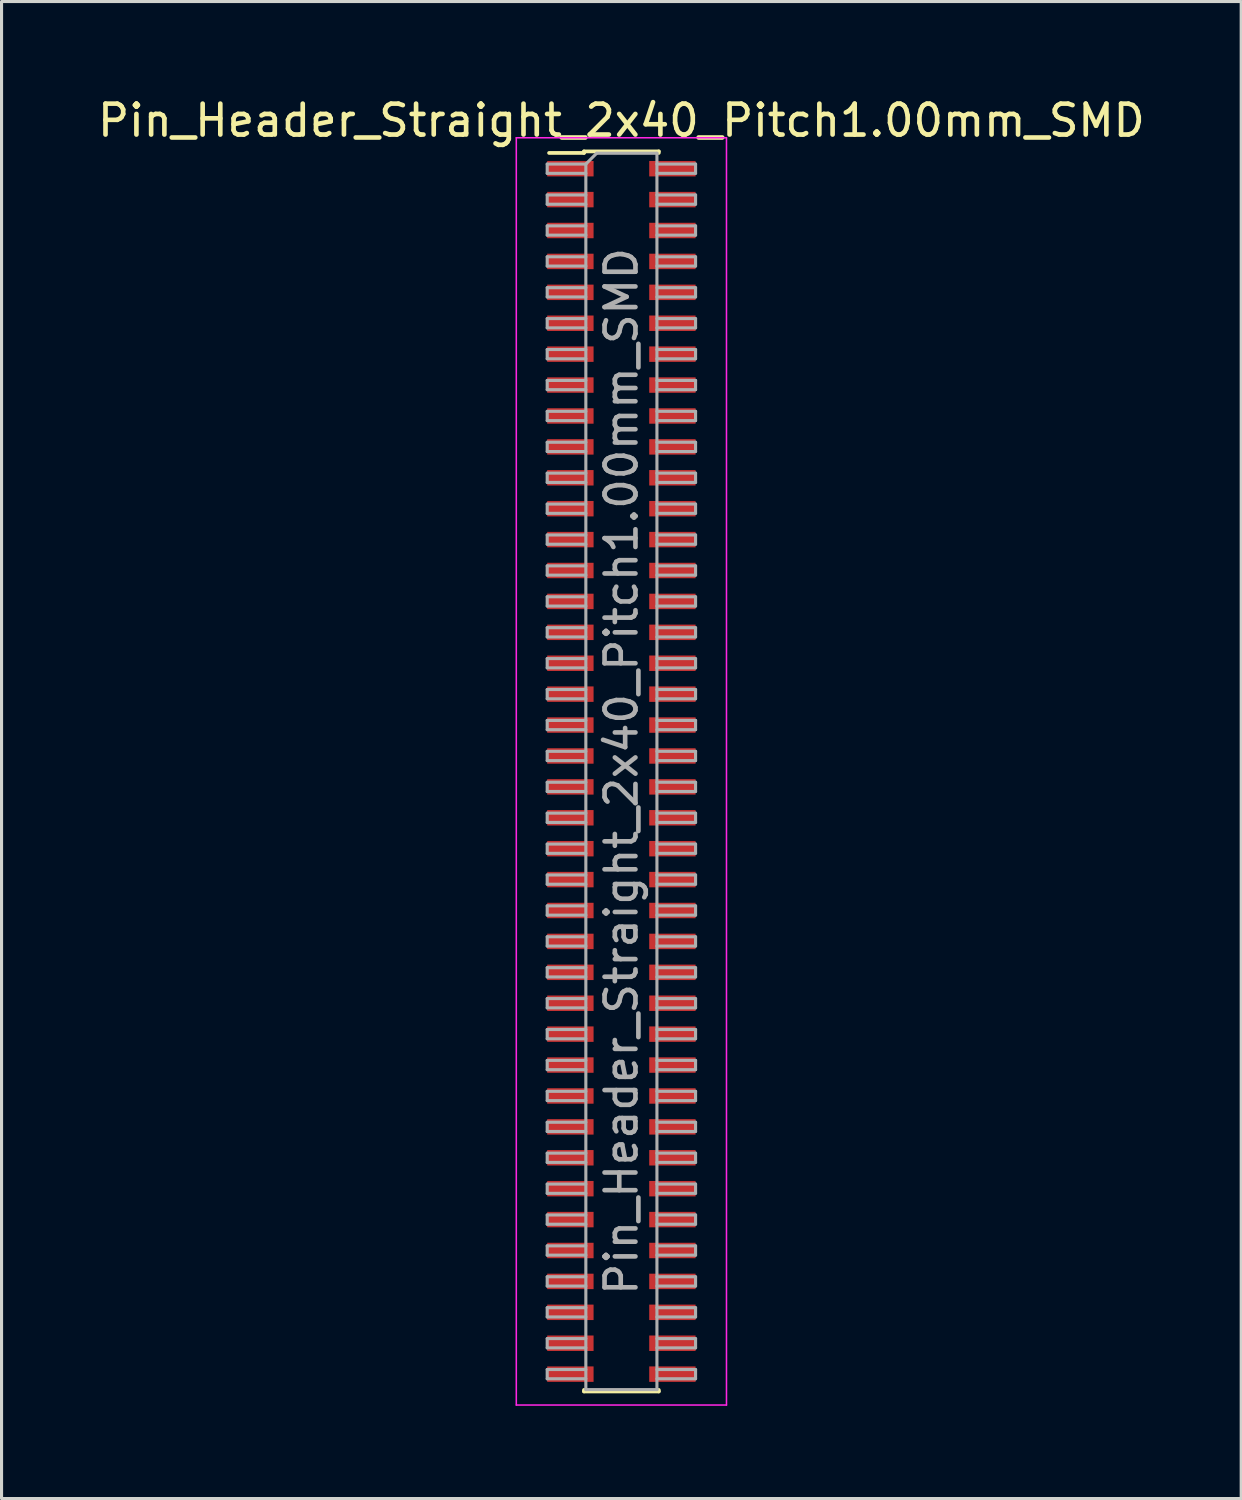
<source format=kicad_pcb>
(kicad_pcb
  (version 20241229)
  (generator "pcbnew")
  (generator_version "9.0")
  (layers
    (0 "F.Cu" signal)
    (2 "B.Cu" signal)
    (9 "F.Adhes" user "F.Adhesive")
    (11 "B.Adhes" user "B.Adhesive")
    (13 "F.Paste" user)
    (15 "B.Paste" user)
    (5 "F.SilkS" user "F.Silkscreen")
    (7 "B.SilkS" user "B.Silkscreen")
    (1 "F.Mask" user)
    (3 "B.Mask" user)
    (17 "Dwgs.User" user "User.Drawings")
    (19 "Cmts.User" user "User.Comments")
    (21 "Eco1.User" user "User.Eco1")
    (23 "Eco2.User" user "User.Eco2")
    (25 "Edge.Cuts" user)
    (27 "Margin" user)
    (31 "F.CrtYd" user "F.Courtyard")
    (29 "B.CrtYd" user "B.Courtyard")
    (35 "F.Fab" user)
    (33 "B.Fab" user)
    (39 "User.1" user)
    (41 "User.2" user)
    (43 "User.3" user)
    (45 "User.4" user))
  (footprint "Pin_Header_Straight_2x40_Pitch1.00mm_SMD"
    (layer "F.Cu")
    (at 17.054 21.908)
    (property "Reference" "Pin_Header_Straight_2x40_Pitch1.00mm_SMD" (at 0 -21.06 0) (layer "F.SilkS") (effects (font (size 1 1) (thickness 0.15))))
    (attr smd)
    (fp_line (start -2.34 -20.01) (end -1.21 -20.01) (stroke (width 0.12) (type solid)) (layer "F.SilkS"))
    (fp_line (start -1.21 -20.06) (end -1.21 -20.01) (stroke (width 0.12) (type solid)) (layer "F.SilkS"))
    (fp_line (start -1.21 -20.06) (end 1.21 -20.06) (stroke (width 0.12) (type solid)) (layer "F.SilkS"))
    (fp_line (start -1.21 20.01) (end -1.21 20.06) (stroke (width 0.12) (type solid)) (layer "F.SilkS"))
    (fp_line (start -1.21 20.06) (end 1.21 20.06) (stroke (width 0.12) (type solid)) (layer "F.SilkS"))
    (fp_line (start 1.21 -20.06) (end 1.21 -20.01) (stroke (width 0.12) (type solid)) (layer "F.SilkS"))
    (fp_line (start 1.21 20.01) (end 1.21 20.06) (stroke (width 0.12) (type solid)) (layer "F.SilkS"))
    (fp_line (start -3.4 -20.5) (end -3.4 20.5) (stroke (width 0.05) (type solid)) (layer "F.CrtYd"))
    (fp_line (start -3.4 20.5) (end 3.4 20.5) (stroke (width 0.05) (type solid)) (layer "F.CrtYd"))
    (fp_line (start 3.4 -20.5) (end -3.4 -20.5) (stroke (width 0.05) (type solid)) (layer "F.CrtYd"))
    (fp_line (start 3.4 20.5) (end 3.4 -20.5) (stroke (width 0.05) (type solid)) (layer "F.CrtYd"))
    (fp_line (start -2.4 -19.65) (end -2.4 -19.35) (stroke (width 0.1) (type solid)) (layer "F.Fab"))
    (fp_line (start -2.4 -19.35) (end -1.15 -19.35) (stroke (width 0.1) (type solid)) (layer "F.Fab"))
    (fp_line (start -2.4 -18.65) (end -2.4 -18.35) (stroke (width 0.1) (type solid)) (layer "F.Fab"))
    (fp_line (start -2.4 -18.35) (end -1.15 -18.35) (stroke (width 0.1) (type solid)) (layer "F.Fab"))
    (fp_line (start -2.4 -17.65) (end -2.4 -17.35) (stroke (width 0.1) (type solid)) (layer "F.Fab"))
    (fp_line (start -2.4 -17.35) (end -1.15 -17.35) (stroke (width 0.1) (type solid)) (layer "F.Fab"))
    (fp_line (start -2.4 -16.65) (end -2.4 -16.35) (stroke (width 0.1) (type solid)) (layer "F.Fab"))
    (fp_line (start -2.4 -16.35) (end -1.15 -16.35) (stroke (width 0.1) (type solid)) (layer "F.Fab"))
    (fp_line (start -2.4 -15.65) (end -2.4 -15.35) (stroke (width 0.1) (type solid)) (layer "F.Fab"))
    (fp_line (start -2.4 -15.35) (end -1.15 -15.35) (stroke (width 0.1) (type solid)) (layer "F.Fab"))
    (fp_line (start -2.4 -14.65) (end -2.4 -14.35) (stroke (width 0.1) (type solid)) (layer "F.Fab"))
    (fp_line (start -2.4 -14.35) (end -1.15 -14.35) (stroke (width 0.1) (type solid)) (layer "F.Fab"))
    (fp_line (start -2.4 -13.65) (end -2.4 -13.35) (stroke (width 0.1) (type solid)) (layer "F.Fab"))
    (fp_line (start -2.4 -13.35) (end -1.15 -13.35) (stroke (width 0.1) (type solid)) (layer "F.Fab"))
    (fp_line (start -2.4 -12.65) (end -2.4 -12.35) (stroke (width 0.1) (type solid)) (layer "F.Fab"))
    (fp_line (start -2.4 -12.35) (end -1.15 -12.35) (stroke (width 0.1) (type solid)) (layer "F.Fab"))
    (fp_line (start -2.4 -11.65) (end -2.4 -11.35) (stroke (width 0.1) (type solid)) (layer "F.Fab"))
    (fp_line (start -2.4 -11.35) (end -1.15 -11.35) (stroke (width 0.1) (type solid)) (layer "F.Fab"))
    (fp_line (start -2.4 -10.65) (end -2.4 -10.35) (stroke (width 0.1) (type solid)) (layer "F.Fab"))
    (fp_line (start -2.4 -10.35) (end -1.15 -10.35) (stroke (width 0.1) (type solid)) (layer "F.Fab"))
    (fp_line (start -2.4 -9.65) (end -2.4 -9.35) (stroke (width 0.1) (type solid)) (layer "F.Fab"))
    (fp_line (start -2.4 -9.35) (end -1.15 -9.35) (stroke (width 0.1) (type solid)) (layer "F.Fab"))
    (fp_line (start -2.4 -8.65) (end -2.4 -8.35) (stroke (width 0.1) (type solid)) (layer "F.Fab"))
    (fp_line (start -2.4 -8.35) (end -1.15 -8.35) (stroke (width 0.1) (type solid)) (layer "F.Fab"))
    (fp_line (start -2.4 -7.65) (end -2.4 -7.35) (stroke (width 0.1) (type solid)) (layer "F.Fab"))
    (fp_line (start -2.4 -7.35) (end -1.15 -7.35) (stroke (width 0.1) (type solid)) (layer "F.Fab"))
    (fp_line (start -2.4 -6.65) (end -2.4 -6.35) (stroke (width 0.1) (type solid)) (layer "F.Fab"))
    (fp_line (start -2.4 -6.35) (end -1.15 -6.35) (stroke (width 0.1) (type solid)) (layer "F.Fab"))
    (fp_line (start -2.4 -5.65) (end -2.4 -5.35) (stroke (width 0.1) (type solid)) (layer "F.Fab"))
    (fp_line (start -2.4 -5.35) (end -1.15 -5.35) (stroke (width 0.1) (type solid)) (layer "F.Fab"))
    (fp_line (start -2.4 -4.65) (end -2.4 -4.35) (stroke (width 0.1) (type solid)) (layer "F.Fab"))
    (fp_line (start -2.4 -4.35) (end -1.15 -4.35) (stroke (width 0.1) (type solid)) (layer "F.Fab"))
    (fp_line (start -2.4 -3.65) (end -2.4 -3.35) (stroke (width 0.1) (type solid)) (layer "F.Fab"))
    (fp_line (start -2.4 -3.35) (end -1.15 -3.35) (stroke (width 0.1) (type solid)) (layer "F.Fab"))
    (fp_line (start -2.4 -2.65) (end -2.4 -2.35) (stroke (width 0.1) (type solid)) (layer "F.Fab"))
    (fp_line (start -2.4 -2.35) (end -1.15 -2.35) (stroke (width 0.1) (type solid)) (layer "F.Fab"))
    (fp_line (start -2.4 -1.65) (end -2.4 -1.35) (stroke (width 0.1) (type solid)) (layer "F.Fab"))
    (fp_line (start -2.4 -1.35) (end -1.15 -1.35) (stroke (width 0.1) (type solid)) (layer "F.Fab"))
    (fp_line (start -2.4 -0.65) (end -2.4 -0.35) (stroke (width 0.1) (type solid)) (layer "F.Fab"))
    (fp_line (start -2.4 -0.35) (end -1.15 -0.35) (stroke (width 0.1) (type solid)) (layer "F.Fab"))
    (fp_line (start -2.4 0.35) (end -2.4 0.65) (stroke (width 0.1) (type solid)) (layer "F.Fab"))
    (fp_line (start -2.4 0.65) (end -1.15 0.65) (stroke (width 0.1) (type solid)) (layer "F.Fab"))
    (fp_line (start -2.4 1.35) (end -2.4 1.65) (stroke (width 0.1) (type solid)) (layer "F.Fab"))
    (fp_line (start -2.4 1.65) (end -1.15 1.65) (stroke (width 0.1) (type solid)) (layer "F.Fab"))
    (fp_line (start -2.4 2.35) (end -2.4 2.65) (stroke (width 0.1) (type solid)) (layer "F.Fab"))
    (fp_line (start -2.4 2.65) (end -1.15 2.65) (stroke (width 0.1) (type solid)) (layer "F.Fab"))
    (fp_line (start -2.4 3.35) (end -2.4 3.65) (stroke (width 0.1) (type solid)) (layer "F.Fab"))
    (fp_line (start -2.4 3.65) (end -1.15 3.65) (stroke (width 0.1) (type solid)) (layer "F.Fab"))
    (fp_line (start -2.4 4.35) (end -2.4 4.65) (stroke (width 0.1) (type solid)) (layer "F.Fab"))
    (fp_line (start -2.4 4.65) (end -1.15 4.65) (stroke (width 0.1) (type solid)) (layer "F.Fab"))
    (fp_line (start -2.4 5.35) (end -2.4 5.65) (stroke (width 0.1) (type solid)) (layer "F.Fab"))
    (fp_line (start -2.4 5.65) (end -1.15 5.65) (stroke (width 0.1) (type solid)) (layer "F.Fab"))
    (fp_line (start -2.4 6.35) (end -2.4 6.65) (stroke (width 0.1) (type solid)) (layer "F.Fab"))
    (fp_line (start -2.4 6.65) (end -1.15 6.65) (stroke (width 0.1) (type solid)) (layer "F.Fab"))
    (fp_line (start -2.4 7.35) (end -2.4 7.65) (stroke (width 0.1) (type solid)) (layer "F.Fab"))
    (fp_line (start -2.4 7.65) (end -1.15 7.65) (stroke (width 0.1) (type solid)) (layer "F.Fab"))
    (fp_line (start -2.4 8.35) (end -2.4 8.65) (stroke (width 0.1) (type solid)) (layer "F.Fab"))
    (fp_line (start -2.4 8.65) (end -1.15 8.65) (stroke (width 0.1) (type solid)) (layer "F.Fab"))
    (fp_line (start -2.4 9.35) (end -2.4 9.65) (stroke (width 0.1) (type solid)) (layer "F.Fab"))
    (fp_line (start -2.4 9.65) (end -1.15 9.65) (stroke (width 0.1) (type solid)) (layer "F.Fab"))
    (fp_line (start -2.4 10.35) (end -2.4 10.65) (stroke (width 0.1) (type solid)) (layer "F.Fab"))
    (fp_line (start -2.4 10.65) (end -1.15 10.65) (stroke (width 0.1) (type solid)) (layer "F.Fab"))
    (fp_line (start -2.4 11.35) (end -2.4 11.65) (stroke (width 0.1) (type solid)) (layer "F.Fab"))
    (fp_line (start -2.4 11.65) (end -1.15 11.65) (stroke (width 0.1) (type solid)) (layer "F.Fab"))
    (fp_line (start -2.4 12.35) (end -2.4 12.65) (stroke (width 0.1) (type solid)) (layer "F.Fab"))
    (fp_line (start -2.4 12.65) (end -1.15 12.65) (stroke (width 0.1) (type solid)) (layer "F.Fab"))
    (fp_line (start -2.4 13.35) (end -2.4 13.65) (stroke (width 0.1) (type solid)) (layer "F.Fab"))
    (fp_line (start -2.4 13.65) (end -1.15 13.65) (stroke (width 0.1) (type solid)) (layer "F.Fab"))
    (fp_line (start -2.4 14.35) (end -2.4 14.65) (stroke (width 0.1) (type solid)) (layer "F.Fab"))
    (fp_line (start -2.4 14.65) (end -1.15 14.65) (stroke (width 0.1) (type solid)) (layer "F.Fab"))
    (fp_line (start -2.4 15.35) (end -2.4 15.65) (stroke (width 0.1) (type solid)) (layer "F.Fab"))
    (fp_line (start -2.4 15.65) (end -1.15 15.65) (stroke (width 0.1) (type solid)) (layer "F.Fab"))
    (fp_line (start -2.4 16.35) (end -2.4 16.65) (stroke (width 0.1) (type solid)) (layer "F.Fab"))
    (fp_line (start -2.4 16.65) (end -1.15 16.65) (stroke (width 0.1) (type solid)) (layer "F.Fab"))
    (fp_line (start -2.4 17.35) (end -2.4 17.65) (stroke (width 0.1) (type solid)) (layer "F.Fab"))
    (fp_line (start -2.4 17.65) (end -1.15 17.65) (stroke (width 0.1) (type solid)) (layer "F.Fab"))
    (fp_line (start -2.4 18.35) (end -2.4 18.65) (stroke (width 0.1) (type solid)) (layer "F.Fab"))
    (fp_line (start -2.4 18.65) (end -1.15 18.65) (stroke (width 0.1) (type solid)) (layer "F.Fab"))
    (fp_line (start -2.4 19.35) (end -2.4 19.65) (stroke (width 0.1) (type solid)) (layer "F.Fab"))
    (fp_line (start -2.4 19.65) (end -1.15 19.65) (stroke (width 0.1) (type solid)) (layer "F.Fab"))
    (fp_line (start -1.15 -19.65) (end -2.4 -19.65) (stroke (width 0.1) (type solid)) (layer "F.Fab"))
    (fp_line (start -1.15 -19.65) (end -0.8 -20) (stroke (width 0.1) (type solid)) (layer "F.Fab"))
    (fp_line (start -1.15 -18.65) (end -2.4 -18.65) (stroke (width 0.1) (type solid)) (layer "F.Fab"))
    (fp_line (start -1.15 -17.65) (end -2.4 -17.65) (stroke (width 0.1) (type solid)) (layer "F.Fab"))
    (fp_line (start -1.15 -16.65) (end -2.4 -16.65) (stroke (width 0.1) (type solid)) (layer "F.Fab"))
    (fp_line (start -1.15 -15.65) (end -2.4 -15.65) (stroke (width 0.1) (type solid)) (layer "F.Fab"))
    (fp_line (start -1.15 -14.65) (end -2.4 -14.65) (stroke (width 0.1) (type solid)) (layer "F.Fab"))
    (fp_line (start -1.15 -13.65) (end -2.4 -13.65) (stroke (width 0.1) (type solid)) (layer "F.Fab"))
    (fp_line (start -1.15 -12.65) (end -2.4 -12.65) (stroke (width 0.1) (type solid)) (layer "F.Fab"))
    (fp_line (start -1.15 -11.65) (end -2.4 -11.65) (stroke (width 0.1) (type solid)) (layer "F.Fab"))
    (fp_line (start -1.15 -10.65) (end -2.4 -10.65) (stroke (width 0.1) (type solid)) (layer "F.Fab"))
    (fp_line (start -1.15 -9.65) (end -2.4 -9.65) (stroke (width 0.1) (type solid)) (layer "F.Fab"))
    (fp_line (start -1.15 -8.65) (end -2.4 -8.65) (stroke (width 0.1) (type solid)) (layer "F.Fab"))
    (fp_line (start -1.15 -7.65) (end -2.4 -7.65) (stroke (width 0.1) (type solid)) (layer "F.Fab"))
    (fp_line (start -1.15 -6.65) (end -2.4 -6.65) (stroke (width 0.1) (type solid)) (layer "F.Fab"))
    (fp_line (start -1.15 -5.65) (end -2.4 -5.65) (stroke (width 0.1) (type solid)) (layer "F.Fab"))
    (fp_line (start -1.15 -4.65) (end -2.4 -4.65) (stroke (width 0.1) (type solid)) (layer "F.Fab"))
    (fp_line (start -1.15 -3.65) (end -2.4 -3.65) (stroke (width 0.1) (type solid)) (layer "F.Fab"))
    (fp_line (start -1.15 -2.65) (end -2.4 -2.65) (stroke (width 0.1) (type solid)) (layer "F.Fab"))
    (fp_line (start -1.15 -1.65) (end -2.4 -1.65) (stroke (width 0.1) (type solid)) (layer "F.Fab"))
    (fp_line (start -1.15 -0.65) (end -2.4 -0.65) (stroke (width 0.1) (type solid)) (layer "F.Fab"))
    (fp_line (start -1.15 0.35) (end -2.4 0.35) (stroke (width 0.1) (type solid)) (layer "F.Fab"))
    (fp_line (start -1.15 1.35) (end -2.4 1.35) (stroke (width 0.1) (type solid)) (layer "F.Fab"))
    (fp_line (start -1.15 2.35) (end -2.4 2.35) (stroke (width 0.1) (type solid)) (layer "F.Fab"))
    (fp_line (start -1.15 3.35) (end -2.4 3.35) (stroke (width 0.1) (type solid)) (layer "F.Fab"))
    (fp_line (start -1.15 4.35) (end -2.4 4.35) (stroke (width 0.1) (type solid)) (layer "F.Fab"))
    (fp_line (start -1.15 5.35) (end -2.4 5.35) (stroke (width 0.1) (type solid)) (layer "F.Fab"))
    (fp_line (start -1.15 6.35) (end -2.4 6.35) (stroke (width 0.1) (type solid)) (layer "F.Fab"))
    (fp_line (start -1.15 7.35) (end -2.4 7.35) (stroke (width 0.1) (type solid)) (layer "F.Fab"))
    (fp_line (start -1.15 8.35) (end -2.4 8.35) (stroke (width 0.1) (type solid)) (layer "F.Fab"))
    (fp_line (start -1.15 9.35) (end -2.4 9.35) (stroke (width 0.1) (type solid)) (layer "F.Fab"))
    (fp_line (start -1.15 10.35) (end -2.4 10.35) (stroke (width 0.1) (type solid)) (layer "F.Fab"))
    (fp_line (start -1.15 11.35) (end -2.4 11.35) (stroke (width 0.1) (type solid)) (layer "F.Fab"))
    (fp_line (start -1.15 12.35) (end -2.4 12.35) (stroke (width 0.1) (type solid)) (layer "F.Fab"))
    (fp_line (start -1.15 13.35) (end -2.4 13.35) (stroke (width 0.1) (type solid)) (layer "F.Fab"))
    (fp_line (start -1.15 14.35) (end -2.4 14.35) (stroke (width 0.1) (type solid)) (layer "F.Fab"))
    (fp_line (start -1.15 15.35) (end -2.4 15.35) (stroke (width 0.1) (type solid)) (layer "F.Fab"))
    (fp_line (start -1.15 16.35) (end -2.4 16.35) (stroke (width 0.1) (type solid)) (layer "F.Fab"))
    (fp_line (start -1.15 17.35) (end -2.4 17.35) (stroke (width 0.1) (type solid)) (layer "F.Fab"))
    (fp_line (start -1.15 18.35) (end -2.4 18.35) (stroke (width 0.1) (type solid)) (layer "F.Fab"))
    (fp_line (start -1.15 19.35) (end -2.4 19.35) (stroke (width 0.1) (type solid)) (layer "F.Fab"))
    (fp_line (start -1.15 20) (end -1.15 -19.65) (stroke (width 0.1) (type solid)) (layer "F.Fab"))
    (fp_line (start -0.8 -20) (end 1.15 -20) (stroke (width 0.1) (type solid)) (layer "F.Fab"))
    (fp_line (start 1.15 -20) (end 1.15 20) (stroke (width 0.1) (type solid)) (layer "F.Fab"))
    (fp_line (start 1.15 -19.65) (end 2.4 -19.65) (stroke (width 0.1) (type solid)) (layer "F.Fab"))
    (fp_line (start 1.15 -18.65) (end 2.4 -18.65) (stroke (width 0.1) (type solid)) (layer "F.Fab"))
    (fp_line (start 1.15 -17.65) (end 2.4 -17.65) (stroke (width 0.1) (type solid)) (layer "F.Fab"))
    (fp_line (start 1.15 -16.65) (end 2.4 -16.65) (stroke (width 0.1) (type solid)) (layer "F.Fab"))
    (fp_line (start 1.15 -15.65) (end 2.4 -15.65) (stroke (width 0.1) (type solid)) (layer "F.Fab"))
    (fp_line (start 1.15 -14.65) (end 2.4 -14.65) (stroke (width 0.1) (type solid)) (layer "F.Fab"))
    (fp_line (start 1.15 -13.65) (end 2.4 -13.65) (stroke (width 0.1) (type solid)) (layer "F.Fab"))
    (fp_line (start 1.15 -12.65) (end 2.4 -12.65) (stroke (width 0.1) (type solid)) (layer "F.Fab"))
    (fp_line (start 1.15 -11.65) (end 2.4 -11.65) (stroke (width 0.1) (type solid)) (layer "F.Fab"))
    (fp_line (start 1.15 -10.65) (end 2.4 -10.65) (stroke (width 0.1) (type solid)) (layer "F.Fab"))
    (fp_line (start 1.15 -9.65) (end 2.4 -9.65) (stroke (width 0.1) (type solid)) (layer "F.Fab"))
    (fp_line (start 1.15 -8.65) (end 2.4 -8.65) (stroke (width 0.1) (type solid)) (layer "F.Fab"))
    (fp_line (start 1.15 -7.65) (end 2.4 -7.65) (stroke (width 0.1) (type solid)) (layer "F.Fab"))
    (fp_line (start 1.15 -6.65) (end 2.4 -6.65) (stroke (width 0.1) (type solid)) (layer "F.Fab"))
    (fp_line (start 1.15 -5.65) (end 2.4 -5.65) (stroke (width 0.1) (type solid)) (layer "F.Fab"))
    (fp_line (start 1.15 -4.65) (end 2.4 -4.65) (stroke (width 0.1) (type solid)) (layer "F.Fab"))
    (fp_line (start 1.15 -3.65) (end 2.4 -3.65) (stroke (width 0.1) (type solid)) (layer "F.Fab"))
    (fp_line (start 1.15 -2.65) (end 2.4 -2.65) (stroke (width 0.1) (type solid)) (layer "F.Fab"))
    (fp_line (start 1.15 -1.65) (end 2.4 -1.65) (stroke (width 0.1) (type solid)) (layer "F.Fab"))
    (fp_line (start 1.15 -0.65) (end 2.4 -0.65) (stroke (width 0.1) (type solid)) (layer "F.Fab"))
    (fp_line (start 1.15 0.35) (end 2.4 0.35) (stroke (width 0.1) (type solid)) (layer "F.Fab"))
    (fp_line (start 1.15 1.35) (end 2.4 1.35) (stroke (width 0.1) (type solid)) (layer "F.Fab"))
    (fp_line (start 1.15 2.35) (end 2.4 2.35) (stroke (width 0.1) (type solid)) (layer "F.Fab"))
    (fp_line (start 1.15 3.35) (end 2.4 3.35) (stroke (width 0.1) (type solid)) (layer "F.Fab"))
    (fp_line (start 1.15 4.35) (end 2.4 4.35) (stroke (width 0.1) (type solid)) (layer "F.Fab"))
    (fp_line (start 1.15 5.35) (end 2.4 5.35) (stroke (width 0.1) (type solid)) (layer "F.Fab"))
    (fp_line (start 1.15 6.35) (end 2.4 6.35) (stroke (width 0.1) (type solid)) (layer "F.Fab"))
    (fp_line (start 1.15 7.35) (end 2.4 7.35) (stroke (width 0.1) (type solid)) (layer "F.Fab"))
    (fp_line (start 1.15 8.35) (end 2.4 8.35) (stroke (width 0.1) (type solid)) (layer "F.Fab"))
    (fp_line (start 1.15 9.35) (end 2.4 9.35) (stroke (width 0.1) (type solid)) (layer "F.Fab"))
    (fp_line (start 1.15 10.35) (end 2.4 10.35) (stroke (width 0.1) (type solid)) (layer "F.Fab"))
    (fp_line (start 1.15 11.35) (end 2.4 11.35) (stroke (width 0.1) (type solid)) (layer "F.Fab"))
    (fp_line (start 1.15 12.35) (end 2.4 12.35) (stroke (width 0.1) (type solid)) (layer "F.Fab"))
    (fp_line (start 1.15 13.35) (end 2.4 13.35) (stroke (width 0.1) (type solid)) (layer "F.Fab"))
    (fp_line (start 1.15 14.35) (end 2.4 14.35) (stroke (width 0.1) (type solid)) (layer "F.Fab"))
    (fp_line (start 1.15 15.35) (end 2.4 15.35) (stroke (width 0.1) (type solid)) (layer "F.Fab"))
    (fp_line (start 1.15 16.35) (end 2.4 16.35) (stroke (width 0.1) (type solid)) (layer "F.Fab"))
    (fp_line (start 1.15 17.35) (end 2.4 17.35) (stroke (width 0.1) (type solid)) (layer "F.Fab"))
    (fp_line (start 1.15 18.35) (end 2.4 18.35) (stroke (width 0.1) (type solid)) (layer "F.Fab"))
    (fp_line (start 1.15 19.35) (end 2.4 19.35) (stroke (width 0.1) (type solid)) (layer "F.Fab"))
    (fp_line (start 1.15 20) (end -1.15 20) (stroke (width 0.1) (type solid)) (layer "F.Fab"))
    (fp_line (start 2.4 -19.65) (end 2.4 -19.35) (stroke (width 0.1) (type solid)) (layer "F.Fab"))
    (fp_line (start 2.4 -19.35) (end 1.15 -19.35) (stroke (width 0.1) (type solid)) (layer "F.Fab"))
    (fp_line (start 2.4 -18.65) (end 2.4 -18.35) (stroke (width 0.1) (type solid)) (layer "F.Fab"))
    (fp_line (start 2.4 -18.35) (end 1.15 -18.35) (stroke (width 0.1) (type solid)) (layer "F.Fab"))
    (fp_line (start 2.4 -17.65) (end 2.4 -17.35) (stroke (width 0.1) (type solid)) (layer "F.Fab"))
    (fp_line (start 2.4 -17.35) (end 1.15 -17.35) (stroke (width 0.1) (type solid)) (layer "F.Fab"))
    (fp_line (start 2.4 -16.65) (end 2.4 -16.35) (stroke (width 0.1) (type solid)) (layer "F.Fab"))
    (fp_line (start 2.4 -16.35) (end 1.15 -16.35) (stroke (width 0.1) (type solid)) (layer "F.Fab"))
    (fp_line (start 2.4 -15.65) (end 2.4 -15.35) (stroke (width 0.1) (type solid)) (layer "F.Fab"))
    (fp_line (start 2.4 -15.35) (end 1.15 -15.35) (stroke (width 0.1) (type solid)) (layer "F.Fab"))
    (fp_line (start 2.4 -14.65) (end 2.4 -14.35) (stroke (width 0.1) (type solid)) (layer "F.Fab"))
    (fp_line (start 2.4 -14.35) (end 1.15 -14.35) (stroke (width 0.1) (type solid)) (layer "F.Fab"))
    (fp_line (start 2.4 -13.65) (end 2.4 -13.35) (stroke (width 0.1) (type solid)) (layer "F.Fab"))
    (fp_line (start 2.4 -13.35) (end 1.15 -13.35) (stroke (width 0.1) (type solid)) (layer "F.Fab"))
    (fp_line (start 2.4 -12.65) (end 2.4 -12.35) (stroke (width 0.1) (type solid)) (layer "F.Fab"))
    (fp_line (start 2.4 -12.35) (end 1.15 -12.35) (stroke (width 0.1) (type solid)) (layer "F.Fab"))
    (fp_line (start 2.4 -11.65) (end 2.4 -11.35) (stroke (width 0.1) (type solid)) (layer "F.Fab"))
    (fp_line (start 2.4 -11.35) (end 1.15 -11.35) (stroke (width 0.1) (type solid)) (layer "F.Fab"))
    (fp_line (start 2.4 -10.65) (end 2.4 -10.35) (stroke (width 0.1) (type solid)) (layer "F.Fab"))
    (fp_line (start 2.4 -10.35) (end 1.15 -10.35) (stroke (width 0.1) (type solid)) (layer "F.Fab"))
    (fp_line (start 2.4 -9.65) (end 2.4 -9.35) (stroke (width 0.1) (type solid)) (layer "F.Fab"))
    (fp_line (start 2.4 -9.35) (end 1.15 -9.35) (stroke (width 0.1) (type solid)) (layer "F.Fab"))
    (fp_line (start 2.4 -8.65) (end 2.4 -8.35) (stroke (width 0.1) (type solid)) (layer "F.Fab"))
    (fp_line (start 2.4 -8.35) (end 1.15 -8.35) (stroke (width 0.1) (type solid)) (layer "F.Fab"))
    (fp_line (start 2.4 -7.65) (end 2.4 -7.35) (stroke (width 0.1) (type solid)) (layer "F.Fab"))
    (fp_line (start 2.4 -7.35) (end 1.15 -7.35) (stroke (width 0.1) (type solid)) (layer "F.Fab"))
    (fp_line (start 2.4 -6.65) (end 2.4 -6.35) (stroke (width 0.1) (type solid)) (layer "F.Fab"))
    (fp_line (start 2.4 -6.35) (end 1.15 -6.35) (stroke (width 0.1) (type solid)) (layer "F.Fab"))
    (fp_line (start 2.4 -5.65) (end 2.4 -5.35) (stroke (width 0.1) (type solid)) (layer "F.Fab"))
    (fp_line (start 2.4 -5.35) (end 1.15 -5.35) (stroke (width 0.1) (type solid)) (layer "F.Fab"))
    (fp_line (start 2.4 -4.65) (end 2.4 -4.35) (stroke (width 0.1) (type solid)) (layer "F.Fab"))
    (fp_line (start 2.4 -4.35) (end 1.15 -4.35) (stroke (width 0.1) (type solid)) (layer "F.Fab"))
    (fp_line (start 2.4 -3.65) (end 2.4 -3.35) (stroke (width 0.1) (type solid)) (layer "F.Fab"))
    (fp_line (start 2.4 -3.35) (end 1.15 -3.35) (stroke (width 0.1) (type solid)) (layer "F.Fab"))
    (fp_line (start 2.4 -2.65) (end 2.4 -2.35) (stroke (width 0.1) (type solid)) (layer "F.Fab"))
    (fp_line (start 2.4 -2.35) (end 1.15 -2.35) (stroke (width 0.1) (type solid)) (layer "F.Fab"))
    (fp_line (start 2.4 -1.65) (end 2.4 -1.35) (stroke (width 0.1) (type solid)) (layer "F.Fab"))
    (fp_line (start 2.4 -1.35) (end 1.15 -1.35) (stroke (width 0.1) (type solid)) (layer "F.Fab"))
    (fp_line (start 2.4 -0.65) (end 2.4 -0.35) (stroke (width 0.1) (type solid)) (layer "F.Fab"))
    (fp_line (start 2.4 -0.35) (end 1.15 -0.35) (stroke (width 0.1) (type solid)) (layer "F.Fab"))
    (fp_line (start 2.4 0.35) (end 2.4 0.65) (stroke (width 0.1) (type solid)) (layer "F.Fab"))
    (fp_line (start 2.4 0.65) (end 1.15 0.65) (stroke (width 0.1) (type solid)) (layer "F.Fab"))
    (fp_line (start 2.4 1.35) (end 2.4 1.65) (stroke (width 0.1) (type solid)) (layer "F.Fab"))
    (fp_line (start 2.4 1.65) (end 1.15 1.65) (stroke (width 0.1) (type solid)) (layer "F.Fab"))
    (fp_line (start 2.4 2.35) (end 2.4 2.65) (stroke (width 0.1) (type solid)) (layer "F.Fab"))
    (fp_line (start 2.4 2.65) (end 1.15 2.65) (stroke (width 0.1) (type solid)) (layer "F.Fab"))
    (fp_line (start 2.4 3.35) (end 2.4 3.65) (stroke (width 0.1) (type solid)) (layer "F.Fab"))
    (fp_line (start 2.4 3.65) (end 1.15 3.65) (stroke (width 0.1) (type solid)) (layer "F.Fab"))
    (fp_line (start 2.4 4.35) (end 2.4 4.65) (stroke (width 0.1) (type solid)) (layer "F.Fab"))
    (fp_line (start 2.4 4.65) (end 1.15 4.65) (stroke (width 0.1) (type solid)) (layer "F.Fab"))
    (fp_line (start 2.4 5.35) (end 2.4 5.65) (stroke (width 0.1) (type solid)) (layer "F.Fab"))
    (fp_line (start 2.4 5.65) (end 1.15 5.65) (stroke (width 0.1) (type solid)) (layer "F.Fab"))
    (fp_line (start 2.4 6.35) (end 2.4 6.65) (stroke (width 0.1) (type solid)) (layer "F.Fab"))
    (fp_line (start 2.4 6.65) (end 1.15 6.65) (stroke (width 0.1) (type solid)) (layer "F.Fab"))
    (fp_line (start 2.4 7.35) (end 2.4 7.65) (stroke (width 0.1) (type solid)) (layer "F.Fab"))
    (fp_line (start 2.4 7.65) (end 1.15 7.65) (stroke (width 0.1) (type solid)) (layer "F.Fab"))
    (fp_line (start 2.4 8.35) (end 2.4 8.65) (stroke (width 0.1) (type solid)) (layer "F.Fab"))
    (fp_line (start 2.4 8.65) (end 1.15 8.65) (stroke (width 0.1) (type solid)) (layer "F.Fab"))
    (fp_line (start 2.4 9.35) (end 2.4 9.65) (stroke (width 0.1) (type solid)) (layer "F.Fab"))
    (fp_line (start 2.4 9.65) (end 1.15 9.65) (stroke (width 0.1) (type solid)) (layer "F.Fab"))
    (fp_line (start 2.4 10.35) (end 2.4 10.65) (stroke (width 0.1) (type solid)) (layer "F.Fab"))
    (fp_line (start 2.4 10.65) (end 1.15 10.65) (stroke (width 0.1) (type solid)) (layer "F.Fab"))
    (fp_line (start 2.4 11.35) (end 2.4 11.65) (stroke (width 0.1) (type solid)) (layer "F.Fab"))
    (fp_line (start 2.4 11.65) (end 1.15 11.65) (stroke (width 0.1) (type solid)) (layer "F.Fab"))
    (fp_line (start 2.4 12.35) (end 2.4 12.65) (stroke (width 0.1) (type solid)) (layer "F.Fab"))
    (fp_line (start 2.4 12.65) (end 1.15 12.65) (stroke (width 0.1) (type solid)) (layer "F.Fab"))
    (fp_line (start 2.4 13.35) (end 2.4 13.65) (stroke (width 0.1) (type solid)) (layer "F.Fab"))
    (fp_line (start 2.4 13.65) (end 1.15 13.65) (stroke (width 0.1) (type solid)) (layer "F.Fab"))
    (fp_line (start 2.4 14.35) (end 2.4 14.65) (stroke (width 0.1) (type solid)) (layer "F.Fab"))
    (fp_line (start 2.4 14.65) (end 1.15 14.65) (stroke (width 0.1) (type solid)) (layer "F.Fab"))
    (fp_line (start 2.4 15.35) (end 2.4 15.65) (stroke (width 0.1) (type solid)) (layer "F.Fab"))
    (fp_line (start 2.4 15.65) (end 1.15 15.65) (stroke (width 0.1) (type solid)) (layer "F.Fab"))
    (fp_line (start 2.4 16.35) (end 2.4 16.65) (stroke (width 0.1) (type solid)) (layer "F.Fab"))
    (fp_line (start 2.4 16.65) (end 1.15 16.65) (stroke (width 0.1) (type solid)) (layer "F.Fab"))
    (fp_line (start 2.4 17.35) (end 2.4 17.65) (stroke (width 0.1) (type solid)) (layer "F.Fab"))
    (fp_line (start 2.4 17.65) (end 1.15 17.65) (stroke (width 0.1) (type solid)) (layer "F.Fab"))
    (fp_line (start 2.4 18.35) (end 2.4 18.65) (stroke (width 0.1) (type solid)) (layer "F.Fab"))
    (fp_line (start 2.4 18.65) (end 1.15 18.65) (stroke (width 0.1) (type solid)) (layer "F.Fab"))
    (fp_line (start 2.4 19.35) (end 2.4 19.65) (stroke (width 0.1) (type solid)) (layer "F.Fab"))
    (fp_line (start 2.4 19.65) (end 1.15 19.65) (stroke (width 0.1) (type solid)) (layer "F.Fab"))
    (fp_text user "${REFERENCE}" (at 0 0 90) (layer "F.Fab") (effects (font (size 1 1) (thickness 0.15))))
    (pad "1" smd rect (at -1.65 -19.5) (size 1.5 0.5) (layers "F.Cu" "F.Mask" "F.Paste"))
    (pad "2" smd rect (at 1.65 -19.5) (size 1.5 0.5) (layers "F.Cu" "F.Mask" "F.Paste"))
    (pad "3" smd rect (at -1.65 -18.5) (size 1.5 0.5) (layers "F.Cu" "F.Mask" "F.Paste"))
    (pad "4" smd rect (at 1.65 -18.5) (size 1.5 0.5) (layers "F.Cu" "F.Mask" "F.Paste"))
    (pad "5" smd rect (at -1.65 -17.5) (size 1.5 0.5) (layers "F.Cu" "F.Mask" "F.Paste"))
    (pad "6" smd rect (at 1.65 -17.5) (size 1.5 0.5) (layers "F.Cu" "F.Mask" "F.Paste"))
    (pad "7" smd rect (at -1.65 -16.5) (size 1.5 0.5) (layers "F.Cu" "F.Mask" "F.Paste"))
    (pad "8" smd rect (at 1.65 -16.5) (size 1.5 0.5) (layers "F.Cu" "F.Mask" "F.Paste"))
    (pad "9" smd rect (at -1.65 -15.5) (size 1.5 0.5) (layers "F.Cu" "F.Mask" "F.Paste"))
    (pad "10" smd rect (at 1.65 -15.5) (size 1.5 0.5) (layers "F.Cu" "F.Mask" "F.Paste"))
    (pad "11" smd rect (at -1.65 -14.5) (size 1.5 0.5) (layers "F.Cu" "F.Mask" "F.Paste"))
    (pad "12" smd rect (at 1.65 -14.5) (size 1.5 0.5) (layers "F.Cu" "F.Mask" "F.Paste"))
    (pad "13" smd rect (at -1.65 -13.5) (size 1.5 0.5) (layers "F.Cu" "F.Mask" "F.Paste"))
    (pad "14" smd rect (at 1.65 -13.5) (size 1.5 0.5) (layers "F.Cu" "F.Mask" "F.Paste"))
    (pad "15" smd rect (at -1.65 -12.5) (size 1.5 0.5) (layers "F.Cu" "F.Mask" "F.Paste"))
    (pad "16" smd rect (at 1.65 -12.5) (size 1.5 0.5) (layers "F.Cu" "F.Mask" "F.Paste"))
    (pad "17" smd rect (at -1.65 -11.5) (size 1.5 0.5) (layers "F.Cu" "F.Mask" "F.Paste"))
    (pad "18" smd rect (at 1.65 -11.5) (size 1.5 0.5) (layers "F.Cu" "F.Mask" "F.Paste"))
    (pad "19" smd rect (at -1.65 -10.5) (size 1.5 0.5) (layers "F.Cu" "F.Mask" "F.Paste"))
    (pad "20" smd rect (at 1.65 -10.5) (size 1.5 0.5) (layers "F.Cu" "F.Mask" "F.Paste"))
    (pad "21" smd rect (at -1.65 -9.5) (size 1.5 0.5) (layers "F.Cu" "F.Mask" "F.Paste"))
    (pad "22" smd rect (at 1.65 -9.5) (size 1.5 0.5) (layers "F.Cu" "F.Mask" "F.Paste"))
    (pad "23" smd rect (at -1.65 -8.5) (size 1.5 0.5) (layers "F.Cu" "F.Mask" "F.Paste"))
    (pad "24" smd rect (at 1.65 -8.5) (size 1.5 0.5) (layers "F.Cu" "F.Mask" "F.Paste"))
    (pad "25" smd rect (at -1.65 -7.5) (size 1.5 0.5) (layers "F.Cu" "F.Mask" "F.Paste"))
    (pad "26" smd rect (at 1.65 -7.5) (size 1.5 0.5) (layers "F.Cu" "F.Mask" "F.Paste"))
    (pad "27" smd rect (at -1.65 -6.5) (size 1.5 0.5) (layers "F.Cu" "F.Mask" "F.Paste"))
    (pad "28" smd rect (at 1.65 -6.5) (size 1.5 0.5) (layers "F.Cu" "F.Mask" "F.Paste"))
    (pad "29" smd rect (at -1.65 -5.5) (size 1.5 0.5) (layers "F.Cu" "F.Mask" "F.Paste"))
    (pad "30" smd rect (at 1.65 -5.5) (size 1.5 0.5) (layers "F.Cu" "F.Mask" "F.Paste"))
    (pad "31" smd rect (at -1.65 -4.5) (size 1.5 0.5) (layers "F.Cu" "F.Mask" "F.Paste"))
    (pad "32" smd rect (at 1.65 -4.5) (size 1.5 0.5) (layers "F.Cu" "F.Mask" "F.Paste"))
    (pad "33" smd rect (at -1.65 -3.5) (size 1.5 0.5) (layers "F.Cu" "F.Mask" "F.Paste"))
    (pad "34" smd rect (at 1.65 -3.5) (size 1.5 0.5) (layers "F.Cu" "F.Mask" "F.Paste"))
    (pad "35" smd rect (at -1.65 -2.5) (size 1.5 0.5) (layers "F.Cu" "F.Mask" "F.Paste"))
    (pad "36" smd rect (at 1.65 -2.5) (size 1.5 0.5) (layers "F.Cu" "F.Mask" "F.Paste"))
    (pad "37" smd rect (at -1.65 -1.5) (size 1.5 0.5) (layers "F.Cu" "F.Mask" "F.Paste"))
    (pad "38" smd rect (at 1.65 -1.5) (size 1.5 0.5) (layers "F.Cu" "F.Mask" "F.Paste"))
    (pad "39" smd rect (at -1.65 -0.5) (size 1.5 0.5) (layers "F.Cu" "F.Mask" "F.Paste"))
    (pad "40" smd rect (at 1.65 -0.5) (size 1.5 0.5) (layers "F.Cu" "F.Mask" "F.Paste"))
    (pad "41" smd rect (at -1.65 0.5) (size 1.5 0.5) (layers "F.Cu" "F.Mask" "F.Paste"))
    (pad "42" smd rect (at 1.65 0.5) (size 1.5 0.5) (layers "F.Cu" "F.Mask" "F.Paste"))
    (pad "43" smd rect (at -1.65 1.5) (size 1.5 0.5) (layers "F.Cu" "F.Mask" "F.Paste"))
    (pad "44" smd rect (at 1.65 1.5) (size 1.5 0.5) (layers "F.Cu" "F.Mask" "F.Paste"))
    (pad "45" smd rect (at -1.65 2.5) (size 1.5 0.5) (layers "F.Cu" "F.Mask" "F.Paste"))
    (pad "46" smd rect (at 1.65 2.5) (size 1.5 0.5) (layers "F.Cu" "F.Mask" "F.Paste"))
    (pad "47" smd rect (at -1.65 3.5) (size 1.5 0.5) (layers "F.Cu" "F.Mask" "F.Paste"))
    (pad "48" smd rect (at 1.65 3.5) (size 1.5 0.5) (layers "F.Cu" "F.Mask" "F.Paste"))
    (pad "49" smd rect (at -1.65 4.5) (size 1.5 0.5) (layers "F.Cu" "F.Mask" "F.Paste"))
    (pad "50" smd rect (at 1.65 4.5) (size 1.5 0.5) (layers "F.Cu" "F.Mask" "F.Paste"))
    (pad "51" smd rect (at -1.65 5.5) (size 1.5 0.5) (layers "F.Cu" "F.Mask" "F.Paste"))
    (pad "52" smd rect (at 1.65 5.5) (size 1.5 0.5) (layers "F.Cu" "F.Mask" "F.Paste"))
    (pad "53" smd rect (at -1.65 6.5) (size 1.5 0.5) (layers "F.Cu" "F.Mask" "F.Paste"))
    (pad "54" smd rect (at 1.65 6.5) (size 1.5 0.5) (layers "F.Cu" "F.Mask" "F.Paste"))
    (pad "55" smd rect (at -1.65 7.5) (size 1.5 0.5) (layers "F.Cu" "F.Mask" "F.Paste"))
    (pad "56" smd rect (at 1.65 7.5) (size 1.5 0.5) (layers "F.Cu" "F.Mask" "F.Paste"))
    (pad "57" smd rect (at -1.65 8.5) (size 1.5 0.5) (layers "F.Cu" "F.Mask" "F.Paste"))
    (pad "58" smd rect (at 1.65 8.5) (size 1.5 0.5) (layers "F.Cu" "F.Mask" "F.Paste"))
    (pad "59" smd rect (at -1.65 9.5) (size 1.5 0.5) (layers "F.Cu" "F.Mask" "F.Paste"))
    (pad "60" smd rect (at 1.65 9.5) (size 1.5 0.5) (layers "F.Cu" "F.Mask" "F.Paste"))
    (pad "61" smd rect (at -1.65 10.5) (size 1.5 0.5) (layers "F.Cu" "F.Mask" "F.Paste"))
    (pad "62" smd rect (at 1.65 10.5) (size 1.5 0.5) (layers "F.Cu" "F.Mask" "F.Paste"))
    (pad "63" smd rect (at -1.65 11.5) (size 1.5 0.5) (layers "F.Cu" "F.Mask" "F.Paste"))
    (pad "64" smd rect (at 1.65 11.5) (size 1.5 0.5) (layers "F.Cu" "F.Mask" "F.Paste"))
    (pad "65" smd rect (at -1.65 12.5) (size 1.5 0.5) (layers "F.Cu" "F.Mask" "F.Paste"))
    (pad "66" smd rect (at 1.65 12.5) (size 1.5 0.5) (layers "F.Cu" "F.Mask" "F.Paste"))
    (pad "67" smd rect (at -1.65 13.5) (size 1.5 0.5) (layers "F.Cu" "F.Mask" "F.Paste"))
    (pad "68" smd rect (at 1.65 13.5) (size 1.5 0.5) (layers "F.Cu" "F.Mask" "F.Paste"))
    (pad "69" smd rect (at -1.65 14.5) (size 1.5 0.5) (layers "F.Cu" "F.Mask" "F.Paste"))
    (pad "70" smd rect (at 1.65 14.5) (size 1.5 0.5) (layers "F.Cu" "F.Mask" "F.Paste"))
    (pad "71" smd rect (at -1.65 15.5) (size 1.5 0.5) (layers "F.Cu" "F.Mask" "F.Paste"))
    (pad "72" smd rect (at 1.65 15.5) (size 1.5 0.5) (layers "F.Cu" "F.Mask" "F.Paste"))
    (pad "73" smd rect (at -1.65 16.5) (size 1.5 0.5) (layers "F.Cu" "F.Mask" "F.Paste"))
    (pad "74" smd rect (at 1.65 16.5) (size 1.5 0.5) (layers "F.Cu" "F.Mask" "F.Paste"))
    (pad "75" smd rect (at -1.65 17.5) (size 1.5 0.5) (layers "F.Cu" "F.Mask" "F.Paste"))
    (pad "76" smd rect (at 1.65 17.5) (size 1.5 0.5) (layers "F.Cu" "F.Mask" "F.Paste"))
    (pad "77" smd rect (at -1.65 18.5) (size 1.5 0.5) (layers "F.Cu" "F.Mask" "F.Paste"))
    (pad "78" smd rect (at 1.65 18.5) (size 1.5 0.5) (layers "F.Cu" "F.Mask" "F.Paste"))
    (pad "79" smd rect (at -1.65 19.5) (size 1.5 0.5) (layers "F.Cu" "F.Mask" "F.Paste"))
    (pad "80" smd rect (at 1.65 19.5) (size 1.5 0.5) (layers "F.Cu" "F.Mask" "F.Paste")))
  (gr_rect
    (start -3 -3)
    (end 37.107 45.433)
    (stroke (width 0.1) (type default))
    (fill no)
    (layer "Edge.Cuts")))
</source>
